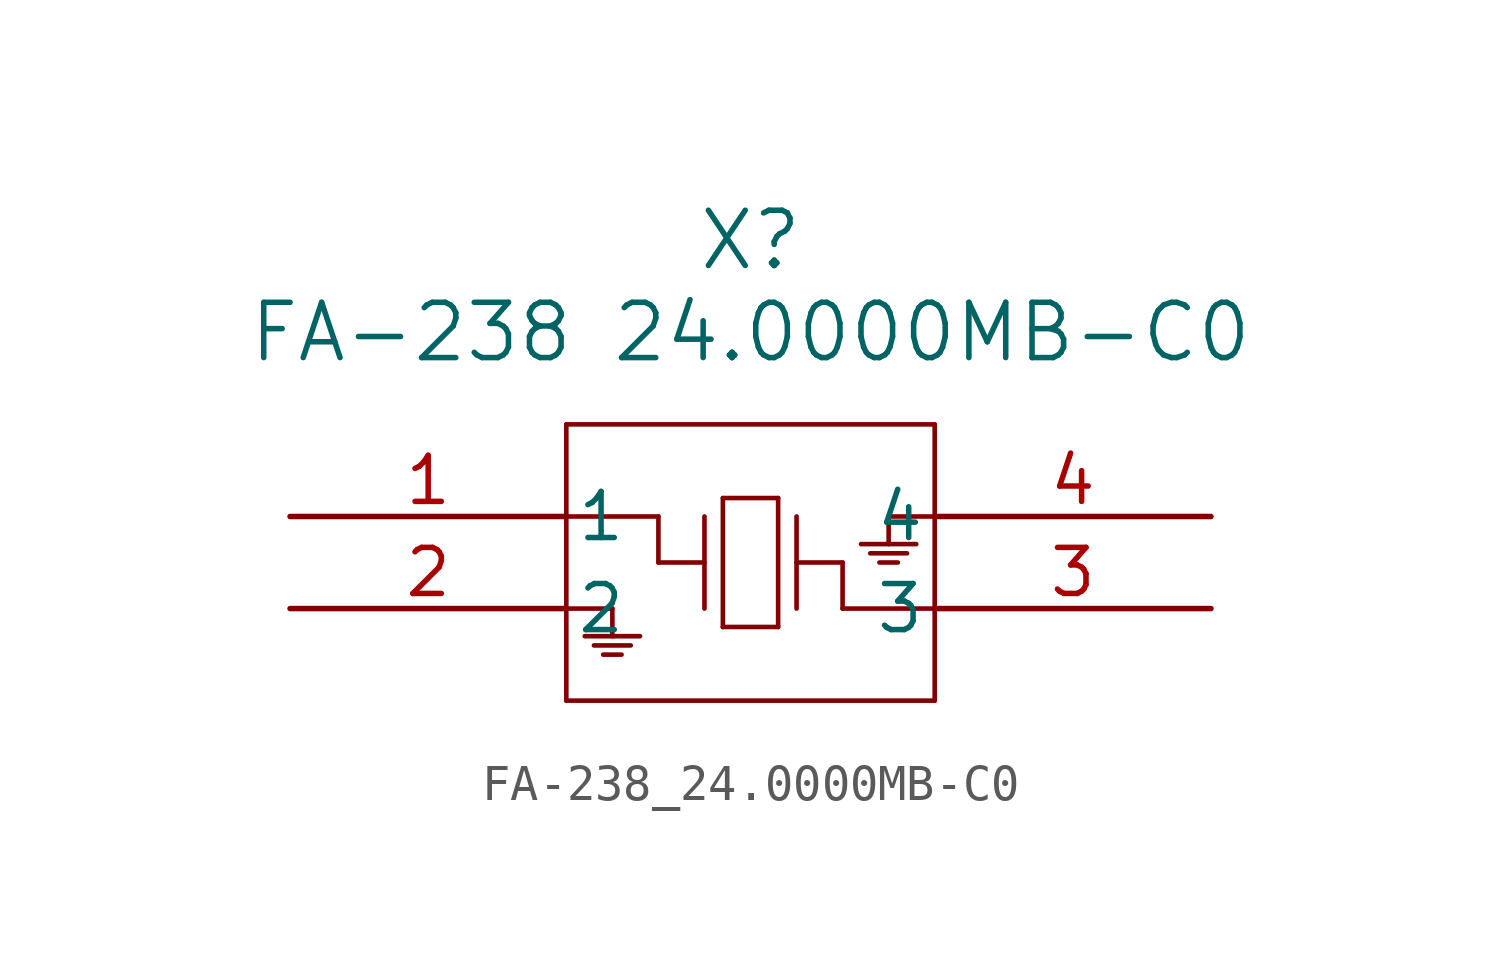
<source format=kicad_sym>
(kicad_symbol_lib
  (version 20211014)
  (generator kicad_symbol_editor)
  (symbol "FA-238_24.0000MB-C0"
    (pin_names
      (offset 0.254))
    (property "Reference" "X"
      (at 12.7 7.62 0)
      (effects (font (size 1.524 1.524))))
    (property "Value" "FA-238 24.0000MB-C0"
      (at 12.7 5.08 0)
      (effects (font (size 1.524 1.524))))
    (symbol "FA-238_24.0000MB-C0_0_1"
      (polyline (pts (xy 7.62 2.54) (xy 7.62 -5.08)) (stroke (width 0.127) (type default) (color 0 0 0 0)) (fill (type none)))
      (polyline (pts (xy 7.62 -5.08) (xy 17.78 -5.08)) (stroke (width 0.127) (type default) (color 0 0 0 0)) (fill (type none)))
      (polyline (pts (xy 17.78 -5.08) (xy 17.78 2.54)) (stroke (width 0.127) (type default) (color 0 0 0 0)) (fill (type none)))
      (polyline (pts (xy 17.78 2.54) (xy 7.62 2.54)) (stroke (width 0.127) (type default) (color 0 0 0 0)) (fill (type none)))
      (polyline (pts (xy 11.43 0) (xy 11.43 -2.54)) (stroke (width 0.127) (type default) (color 0 0 0 0)) (fill (type none)))
      (polyline (pts (xy 11.43 -1.27) (xy 10.16 -1.27)) (stroke (width 0.127) (type default) (color 0 0 0 0)) (fill (type none)))
      (polyline (pts (xy 10.16 -1.27) (xy 10.16 0)) (stroke (width 0.127) (type default) (color 0 0 0 0)) (fill (type none)))
      (polyline (pts (xy 10.16 0) (xy 7.62 0)) (stroke (width 0.127) (type default) (color 0 0 0 0)) (fill (type none)))
      (polyline (pts (xy 13.97 0) (xy 13.97 -2.54)) (stroke (width 0.127) (type default) (color 0 0 0 0)) (fill (type none)))
      (polyline (pts (xy 13.97 -1.27) (xy 15.24 -1.27)) (stroke (width 0.127) (type default) (color 0 0 0 0)) (fill (type none)))
      (polyline (pts (xy 15.24 -1.27) (xy 15.24 -2.54)) (stroke (width 0.127) (type default) (color 0 0 0 0)) (fill (type none)))
      (polyline (pts (xy 15.24 -2.54) (xy 17.78 -2.54)) (stroke (width 0.127) (type default) (color 0 0 0 0)) (fill (type none)))
      (polyline (pts (xy 11.938 0.508) (xy 11.938 -3.048)) (stroke (width 0.127) (type default) (color 0 0 0 0)) (fill (type none)))
      (polyline (pts (xy 11.938 -3.048) (xy 13.462 -3.048)) (stroke (width 0.127) (type default) (color 0 0 0 0)) (fill (type none)))
      (polyline (pts (xy 13.462 -3.048) (xy 13.462 0.508)) (stroke (width 0.127) (type default) (color 0 0 0 0)) (fill (type none)))
      (polyline (pts (xy 13.462 0.508) (xy 11.938 0.508)) (stroke (width 0.127) (type default) (color 0 0 0 0)) (fill (type none)))
      (polyline (pts (xy 7.62 -2.54) (xy 8.89 -2.54)) (stroke (width 0.127) (type default) (color 0 0 0 0)) (fill (type none)))
      (polyline (pts (xy 8.89 -2.54) (xy 8.89 -3.302)) (stroke (width 0.127) (type default) (color 0 0 0 0)) (fill (type none)))
      (polyline (pts (xy 8.636 -3.81) (xy 9.144 -3.81)) (stroke (width 0.127) (type default) (color 0 0 0 0)) (fill (type none)))
      (polyline (pts (xy 8.382 -3.556) (xy 9.398 -3.556)) (stroke (width 0.127) (type default) (color 0 0 0 0)) (fill (type none)))
      (polyline (pts (xy 8.128 -3.302) (xy 9.652 -3.302)) (stroke (width 0.127) (type default) (color 0 0 0 0)) (fill (type none)))
      (polyline (pts (xy 17.78 0) (xy 16.51 0)) (stroke (width 0.127) (type default) (color 0 0 0 0)) (fill (type none)))
      (polyline (pts (xy 16.51 0) (xy 16.51 -0.762)) (stroke (width 0.127) (type default) (color 0 0 0 0)) (fill (type none)))
      (polyline (pts (xy 16.764 -1.27) (xy 16.256 -1.27)) (stroke (width 0.127) (type default) (color 0 0 0 0)) (fill (type none)))
      (polyline (pts (xy 17.018 -1.016) (xy 16.002 -1.016)) (stroke (width 0.127) (type default) (color 0 0 0 0)) (fill (type none)))
      (polyline (pts (xy 17.272 -0.762) (xy 15.748 -0.762)) (stroke (width 0.127) (type default) (color 0 0 0 0)) (fill (type none)))
      (pin unspecified line (at 0 0 0) (length 7.62) (name "1" (effects (font (size 1.27 1.27)))) (number "1" (effects (font (size 1.27 1.27)))))
      (pin unspecified line (at 0 -2.54 0) (length 7.62) (name "2" (effects (font (size 1.27 1.27)))) (number "2" (effects (font (size 1.27 1.27)))))
      (pin unspecified line (at 25.4 -2.54 180) (length 7.62) (name "3" (effects (font (size 1.27 1.27)))) (number "3" (effects (font (size 1.27 1.27)))))
      (pin unspecified line (at 25.4 0 180) (length 7.62) (name "4" (effects (font (size 1.27 1.27)))) (number "4" (effects (font (size 1.27 1.27))))))))
</source>
